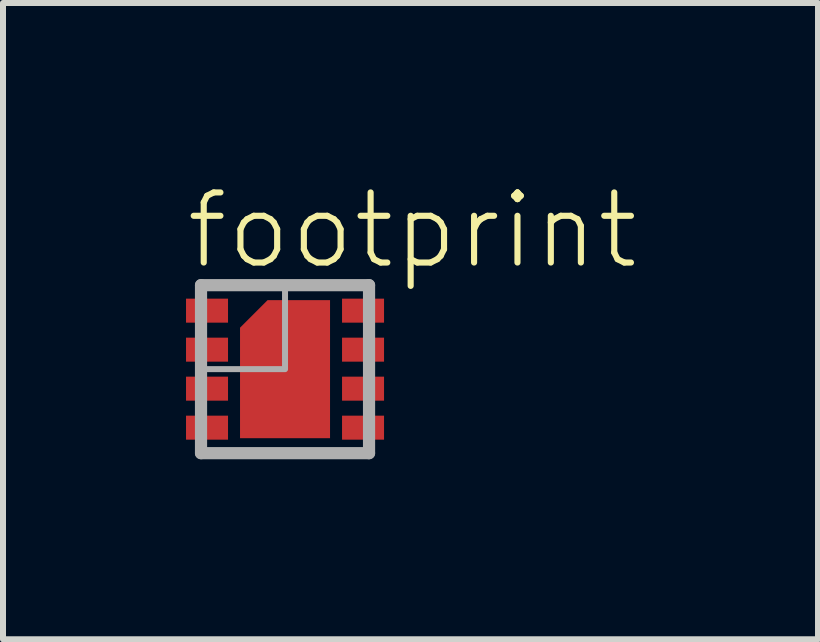
<source format=kicad_pcb>
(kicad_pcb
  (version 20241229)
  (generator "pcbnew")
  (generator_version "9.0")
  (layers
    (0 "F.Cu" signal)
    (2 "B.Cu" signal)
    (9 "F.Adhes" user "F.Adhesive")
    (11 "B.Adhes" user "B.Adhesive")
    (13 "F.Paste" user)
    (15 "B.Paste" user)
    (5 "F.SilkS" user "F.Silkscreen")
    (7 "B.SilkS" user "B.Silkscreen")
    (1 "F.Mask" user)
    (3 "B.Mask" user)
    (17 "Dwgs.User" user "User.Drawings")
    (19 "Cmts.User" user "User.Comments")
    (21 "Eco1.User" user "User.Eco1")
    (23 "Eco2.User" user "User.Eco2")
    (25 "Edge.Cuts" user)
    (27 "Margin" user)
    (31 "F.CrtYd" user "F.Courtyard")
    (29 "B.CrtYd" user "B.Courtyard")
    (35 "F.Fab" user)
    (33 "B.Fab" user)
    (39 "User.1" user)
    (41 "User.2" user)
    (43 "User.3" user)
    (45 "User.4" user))
  (footprint "footprint"
    (layer "F.Cu")
    (at 1.7 3.102)
    (property "Reference" "footprint" (at -1.7 -1.629 0) (layer "F.SilkS") (effects (font (size 1.168 1.168) (thickness 0.102)) (justify left bottom)))
    (fp_poly (pts (xy 0.75 1.15) (xy -0.75 1.15) (xy -0.75 -0.691) (xy -0.291 -1.15) (xy 0.75 -1.15)) (stroke (width 0) (type solid)) (fill yes) (layer "F.Cu"))
    (fp_poly (pts (xy -1.7 -0.75) (xy -0.9 -0.75) (xy -0.9 -1.2) (xy -1.7 -1.2)) (stroke (width 0) (type solid)) (fill yes) (layer "F.Mask"))
    (fp_poly (pts (xy -1.7 -0.1) (xy -0.9 -0.1) (xy -0.9 -0.55) (xy -1.7 -0.55)) (stroke (width 0) (type solid)) (fill yes) (layer "F.Mask"))
    (fp_poly (pts (xy -1.7 0.55) (xy -0.9 0.55) (xy -0.9 0.1) (xy -1.7 0.1)) (stroke (width 0) (type solid)) (fill yes) (layer "F.Mask"))
    (fp_poly (pts (xy -1.7 1.2) (xy -0.9 1.2) (xy -0.9 0.75) (xy -1.7 0.75)) (stroke (width 0) (type solid)) (fill yes) (layer "F.Mask"))
    (fp_poly (pts (xy 1.7 -1.2) (xy 0.9 -1.2) (xy 0.9 -0.75) (xy 1.7 -0.75)) (stroke (width 0) (type solid)) (fill yes) (layer "F.Mask"))
    (fp_poly (pts (xy 1.7 -0.55) (xy 0.9 -0.55) (xy 0.9 -0.1) (xy 1.7 -0.1)) (stroke (width 0) (type solid)) (fill yes) (layer "F.Mask"))
    (fp_poly (pts (xy 1.7 0.1) (xy 0.9 0.1) (xy 0.9 0.55) (xy 1.7 0.55)) (stroke (width 0) (type solid)) (fill yes) (layer "F.Mask"))
    (fp_poly (pts (xy 1.7 0.75) (xy 0.9 0.75) (xy 0.9 1.2) (xy 1.7 1.2)) (stroke (width 0) (type solid)) (fill yes) (layer "F.Mask"))
    (fp_poly (pts (xy 0.775 1.175) (xy -0.775 1.175) (xy -0.775 -0.702) (xy -0.302 -1.175) (xy 0.775 -1.175)) (stroke (width 0) (type solid)) (fill yes) (layer "F.Mask"))
    (fp_poly (pts (xy -1.5 -0.825) (xy -1.1 -0.825) (xy -1.1 -1.125) (xy -1.5 -1.125)) (stroke (width 0) (type solid)) (fill yes) (layer "F.Paste"))
    (fp_poly (pts (xy -1.5 -0.175) (xy -1.1 -0.175) (xy -1.1 -0.475) (xy -1.5 -0.475)) (stroke (width 0) (type solid)) (fill yes) (layer "F.Paste"))
    (fp_poly (pts (xy -1.5 0.475) (xy -1.1 0.475) (xy -1.1 0.175) (xy -1.5 0.175)) (stroke (width 0) (type solid)) (fill yes) (layer "F.Paste"))
    (fp_poly (pts (xy -1.5 1.125) (xy -1.1 1.125) (xy -1.1 0.825) (xy -1.5 0.825)) (stroke (width 0) (type solid)) (fill yes) (layer "F.Paste"))
    (fp_poly (pts (xy 1.5 -1.125) (xy 1.1 -1.125) (xy 1.1 -0.825) (xy 1.5 -0.825)) (stroke (width 0) (type solid)) (fill yes) (layer "F.Paste"))
    (fp_poly (pts (xy 1.5 -0.475) (xy 1.1 -0.475) (xy 1.1 -0.175) (xy 1.5 -0.175)) (stroke (width 0) (type solid)) (fill yes) (layer "F.Paste"))
    (fp_poly (pts (xy 1.5 0.175) (xy 1.1 0.175) (xy 1.1 0.475) (xy 1.5 0.475)) (stroke (width 0) (type solid)) (fill yes) (layer "F.Paste"))
    (fp_poly (pts (xy 1.5 0.825) (xy 1.1 0.825) (xy 1.1 1.125) (xy 1.5 1.125)) (stroke (width 0) (type solid)) (fill yes) (layer "F.Paste"))
    (fp_line (start -1.4 -1.4) (end 1.4 -1.4) (stroke (width 0.203) (type solid)) (layer "F.Fab"))
    (fp_line (start -1.4 1.4) (end -1.4 -1.4) (stroke (width 0.203) (type solid)) (layer "F.Fab"))
    (fp_line (start 1.4 -1.4) (end 1.4 1.4) (stroke (width 0.203) (type solid)) (layer "F.Fab"))
    (fp_line (start 1.4 1.4) (end -1.4 1.4) (stroke (width 0.203) (type solid)) (layer "F.Fab"))
    (fp_poly (pts (xy -1.4 0) (xy 0 0) (xy 0 -1.4) (xy -1.4 -1.4)) (stroke (width 0.1) (type solid)) (fill no) (layer "F.Fab"))
    (pad "1" smd rect (at -1.3 -0.975) (size 0.7 0.4) (layers "F.Cu"))
    (pad "2" smd rect (at -1.3 -0.325) (size 0.7 0.4) (layers "F.Cu"))
    (pad "3" smd rect (at -1.3 0.325) (size 0.7 0.4) (layers "F.Cu"))
    (pad "4" smd rect (at -1.3 0.975) (size 0.7 0.4) (layers "F.Cu"))
    (pad "5" smd rect (at 1.3 0.975 180) (size 0.7 0.4) (layers "F.Cu"))
    (pad "6" smd rect (at 1.3 0.325 180) (size 0.7 0.4) (layers "F.Cu"))
    (pad "7" smd rect (at 1.3 -0.325 180) (size 0.7 0.4) (layers "F.Cu"))
    (pad "8" smd rect (at 1.3 -0.975 180) (size 0.7 0.4) (layers "F.Cu"))
    (pad "TH" smd rect (at 0 0 180) (size 1 1) (layers "F.Cu")))
  (gr_rect
    (start -3 -3)
    (end 10.582 7.603)
    (stroke (width 0.1) (type default))
    (fill no)
    (layer "Edge.Cuts")))
</source>
